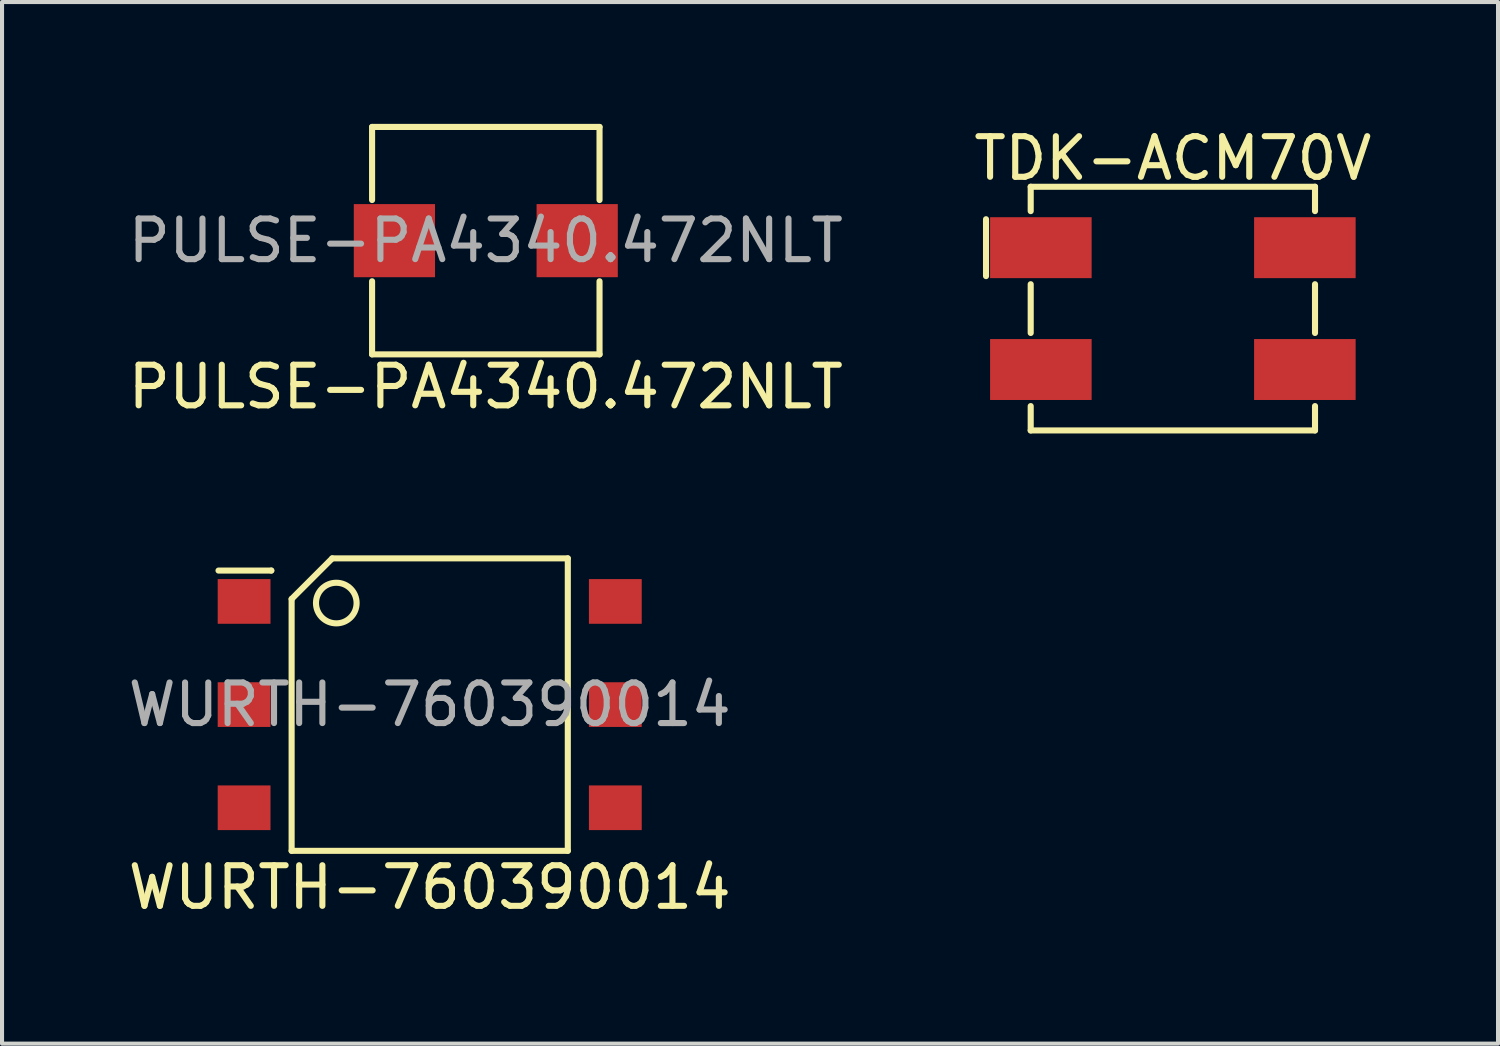
<source format=kicad_pcb>
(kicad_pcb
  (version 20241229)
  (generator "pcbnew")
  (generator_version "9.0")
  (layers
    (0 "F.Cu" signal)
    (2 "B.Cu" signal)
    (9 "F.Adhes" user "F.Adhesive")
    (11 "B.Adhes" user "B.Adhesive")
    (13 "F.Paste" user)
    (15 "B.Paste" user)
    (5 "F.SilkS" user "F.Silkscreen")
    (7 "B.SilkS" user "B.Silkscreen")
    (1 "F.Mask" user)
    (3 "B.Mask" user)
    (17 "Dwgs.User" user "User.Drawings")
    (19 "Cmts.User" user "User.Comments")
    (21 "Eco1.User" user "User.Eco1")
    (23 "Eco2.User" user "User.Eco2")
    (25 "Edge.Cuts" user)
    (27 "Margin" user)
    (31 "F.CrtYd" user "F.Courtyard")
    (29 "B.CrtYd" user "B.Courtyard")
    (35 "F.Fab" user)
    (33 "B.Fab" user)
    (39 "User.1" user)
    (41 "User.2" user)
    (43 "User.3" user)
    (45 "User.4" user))
  (footprint "PULSE-PA4340.472NLT"
    (layer "F.Cu")
    (at 8.911 2.875)
    (property "Reference" "PULSE-PA4340.472NLT" (at 0 3.6 0) (layer "F.SilkS") (effects (font (size 1 1) (thickness 0.15))))
    (attr through_hole)
    (fp_line (start -2.8 -2.8) (end -2.8 -1) (stroke (width 0.15) (type solid)) (layer "F.SilkS"))
    (fp_line (start -2.8 -2.8) (end 2.8 -2.8) (stroke (width 0.15) (type solid)) (layer "F.SilkS"))
    (fp_line (start -2.8 2.8) (end -2.8 1) (stroke (width 0.15) (type solid)) (layer "F.SilkS"))
    (fp_line (start 2.8 -2.8) (end 2.8 -1) (stroke (width 0.15) (type solid)) (layer "F.SilkS"))
    (fp_line (start 2.8 2.8) (end -2.8 2.8) (stroke (width 0.15) (type solid)) (layer "F.SilkS"))
    (fp_line (start 2.8 2.8) (end 2.8 1) (stroke (width 0.15) (type solid)) (layer "F.SilkS"))
    (fp_text user "${REFERENCE}" (at 0 0 0) (layer "F.Fab") (effects (font (size 1 1) (thickness 0.15))))
    (pad "1" smd rect (at -2.25 0) (size 2 1.8) (layers "F.Cu" "F.Mask" "F.Paste"))
    (pad "2" smd rect (at 2.25 0) (size 2 1.8) (layers "F.Cu" "F.Mask" "F.Paste")))
  (footprint "WURTH-760390014"
    (layer "F.Cu")
    (at 7.53 14.298)
    (property "Reference" "WURTH-760390014" (at 0 4.5 0) (layer "F.SilkS") (effects (font (size 1 1) (thickness 0.15))))
    (attr through_hole)
    (fp_line (start -5.2 -3.3) (end -3.9 -3.3) (stroke (width 0.15) (type solid)) (layer "F.SilkS"))
    (fp_line (start -3.9 -3.3) (end -3.9 -3.3) (stroke (width 0.15) (type solid)) (layer "F.SilkS"))
    (fp_line (start -3.4 -2.6) (end -2.4 -3.6) (stroke (width 0.15) (type solid)) (layer "F.SilkS"))
    (fp_line (start -3.4 3.6) (end -3.4 -2.6) (stroke (width 0.15) (type solid)) (layer "F.SilkS"))
    (fp_line (start -2.4 -3.6) (end 3.4 -3.6) (stroke (width 0.15) (type solid)) (layer "F.SilkS"))
    (fp_line (start 3.4 -3.6) (end 3.4 3.6) (stroke (width 0.15) (type solid)) (layer "F.SilkS"))
    (fp_line (start 3.4 3.6) (end -3.4 3.6) (stroke (width 0.15) (type solid)) (layer "F.SilkS"))
    (fp_circle (center -2.3 -2.5) (end -1.9 -2.2) (stroke (width 0.15) (type solid)) (fill no) (layer "F.SilkS"))
    (fp_text user "${REFERENCE}" (at 0 0 0) (layer "F.Fab") (effects (font (size 1 1) (thickness 0.15))))
    (pad "1" smd rect (at -4.57 -2.54) (size 1.3 1.1) (layers "F.Cu" "F.Mask" "F.Paste"))
    (pad "2" smd rect (at -4.57 0) (size 1.3 1.1) (layers "F.Cu" "F.Mask" "F.Paste"))
    (pad "3" smd rect (at -4.57 2.54) (size 1.3 1.1) (layers "F.Cu" "F.Mask" "F.Paste"))
    (pad "4" smd rect (at 4.57 2.54) (size 1.3 1.1) (layers "F.Cu" "F.Mask" "F.Paste"))
    (pad "5" smd rect (at 4.57 0) (size 1.3 1.1) (layers "F.Cu" "F.Mask" "F.Paste"))
    (pad "6" smd rect (at 4.57 -2.54) (size 1.3 1.1) (layers "F.Cu" "F.Mask" "F.Paste")))
  (footprint "TDK-ACM70V"
    (layer "F.Cu")
    (at 25.827 4.548)
    (property "Reference" "TDK-ACM70V" (at 0 -3.7 0) (layer "F.SilkS") (effects (font (size 1 1) (thickness 0.15))))
    (attr through_hole)
    (fp_line (start -4.6 -0.8) (end -4.6 -2.2) (stroke (width 0.15) (type solid)) (layer "F.SilkS"))
    (fp_line (start -3.5 -3) (end -3.5 -2.4) (stroke (width 0.15) (type solid)) (layer "F.SilkS"))
    (fp_line (start -3.5 -3) (end 3.5 -3) (stroke (width 0.15) (type solid)) (layer "F.SilkS"))
    (fp_line (start -3.5 0.6) (end -3.5 -0.6) (stroke (width 0.15) (type solid)) (layer "F.SilkS"))
    (fp_line (start -3.5 3) (end -3.5 2.4) (stroke (width 0.15) (type solid)) (layer "F.SilkS"))
    (fp_line (start 3.5 -3) (end 3.5 -2.4) (stroke (width 0.15) (type solid)) (layer "F.SilkS"))
    (fp_line (start 3.5 0.6) (end 3.5 -0.6) (stroke (width 0.15) (type solid)) (layer "F.SilkS"))
    (fp_line (start 3.5 3) (end -3.5 3) (stroke (width 0.15) (type solid)) (layer "F.SilkS"))
    (fp_line (start 3.5 3) (end 3.5 2.4) (stroke (width 0.15) (type solid)) (layer "F.SilkS"))
    (pad "1" smd rect (at -3.25 -1.5) (size 2.5 1.5) (layers "F.Cu" "F.Mask" "F.Paste"))
    (pad "2" smd rect (at -3.25 1.5) (size 2.5 1.5) (layers "F.Cu" "F.Mask" "F.Paste"))
    (pad "3" smd rect (at 3.25 1.5) (size 2.5 1.5) (layers "F.Cu" "F.Mask" "F.Paste"))
    (pad "4" smd rect (at 3.25 -1.5) (size 2.5 1.5) (layers "F.Cu" "F.Mask" "F.Paste")))
  (gr_rect
    (start -3 -3)
    (end 33.833 22.646)
    (stroke (width 0.1) (type default))
    (fill no)
    (layer "Edge.Cuts")))
</source>
